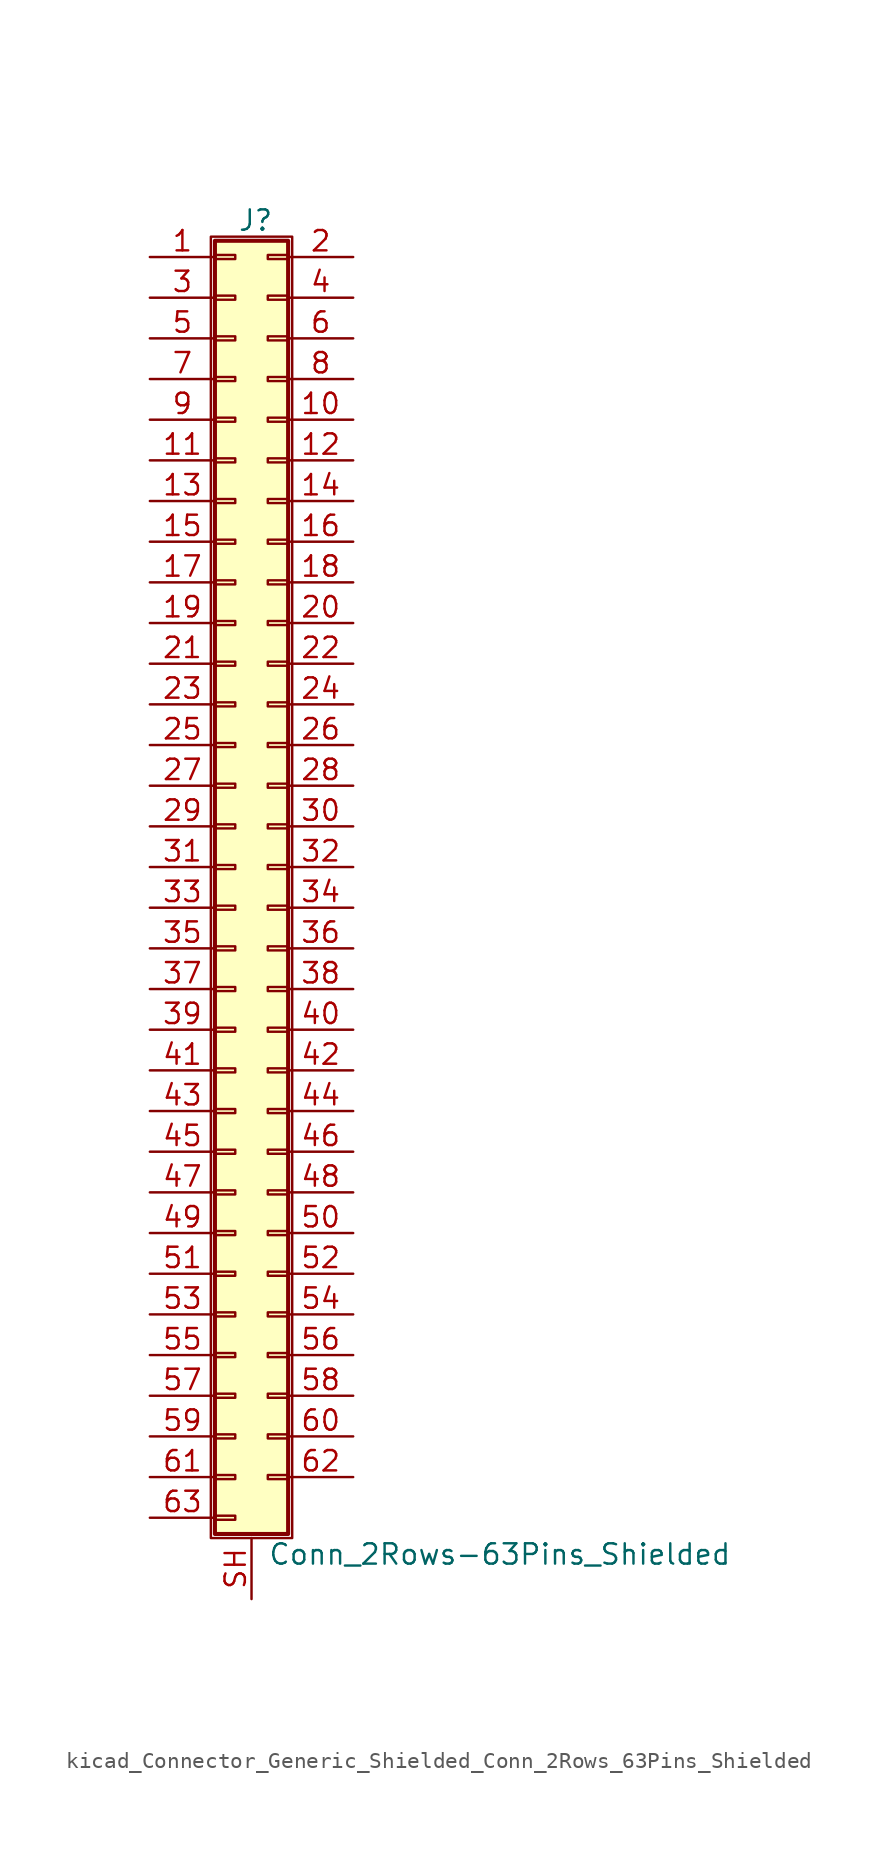
<source format=kicad_sym>
(kicad_symbol_lib
  (version 20220914)
  (generator kicad_symbol_editor)
  (symbol "kicad_Connector_Generic_Shielded_Conn_2Rows_63Pins_Shielded"
    (pin_names
      (offset 1.016) hide)
    (property "Reference" "J"
      (at 1.524 40.386 0)
      (effects (font (size 1.27 1.27))))
    (property "Value" "Conn_2Rows-63Pins_Shielded"
      (at 2.286 -42.926 0)
      (effects (font (size 1.27 1.27)) (justify left)))
    (symbol "kicad_Connector_Generic_Shielded_Conn_2Rows_63Pins_Shielded_1_1"
      (rectangle (start -1.27 39.37) (end 3.81 -41.91) (stroke (width 0.152) (type default)) (fill (type none)))
      (rectangle (start -1.016 -40.513) (end 0.254 -40.767) (stroke (width 0.152) (type default)) (fill (type none)))
      (rectangle (start -1.016 -37.973) (end 0.254 -38.227) (stroke (width 0.152) (type default)) (fill (type none)))
      (rectangle (start -1.016 -35.433) (end 0.254 -35.687) (stroke (width 0.152) (type default)) (fill (type none)))
      (rectangle (start -1.016 -32.893) (end 0.254 -33.147) (stroke (width 0.152) (type default)) (fill (type none)))
      (rectangle (start -1.016 -30.353) (end 0.254 -30.607) (stroke (width 0.152) (type default)) (fill (type none)))
      (rectangle (start -1.016 -27.813) (end 0.254 -28.067) (stroke (width 0.152) (type default)) (fill (type none)))
      (rectangle (start -1.016 -25.273) (end 0.254 -25.527) (stroke (width 0.152) (type default)) (fill (type none)))
      (rectangle (start -1.016 -22.733) (end 0.254 -22.987) (stroke (width 0.152) (type default)) (fill (type none)))
      (rectangle (start -1.016 -20.193) (end 0.254 -20.447) (stroke (width 0.152) (type default)) (fill (type none)))
      (rectangle (start -1.016 -17.653) (end 0.254 -17.907) (stroke (width 0.152) (type default)) (fill (type none)))
      (rectangle (start -1.016 -15.113) (end 0.254 -15.367) (stroke (width 0.152) (type default)) (fill (type none)))
      (rectangle (start -1.016 -12.573) (end 0.254 -12.827) (stroke (width 0.152) (type default)) (fill (type none)))
      (rectangle (start -1.016 -10.033) (end 0.254 -10.287) (stroke (width 0.152) (type default)) (fill (type none)))
      (rectangle (start -1.016 -7.493) (end 0.254 -7.747) (stroke (width 0.152) (type default)) (fill (type none)))
      (rectangle (start -1.016 -4.953) (end 0.254 -5.207) (stroke (width 0.152) (type default)) (fill (type none)))
      (rectangle (start -1.016 -2.413) (end 0.254 -2.667) (stroke (width 0.152) (type default)) (fill (type none)))
      (rectangle (start -1.016 0.127) (end 0.254 -0.127) (stroke (width 0.152) (type default)) (fill (type none)))
      (rectangle (start -1.016 2.667) (end 0.254 2.413) (stroke (width 0.152) (type default)) (fill (type none)))
      (rectangle (start -1.016 5.207) (end 0.254 4.953) (stroke (width 0.152) (type default)) (fill (type none)))
      (rectangle (start -1.016 7.747) (end 0.254 7.493) (stroke (width 0.152) (type default)) (fill (type none)))
      (rectangle (start -1.016 10.287) (end 0.254 10.033) (stroke (width 0.152) (type default)) (fill (type none)))
      (rectangle (start -1.016 12.827) (end 0.254 12.573) (stroke (width 0.152) (type default)) (fill (type none)))
      (rectangle (start -1.016 15.367) (end 0.254 15.113) (stroke (width 0.152) (type default)) (fill (type none)))
      (rectangle (start -1.016 17.907) (end 0.254 17.653) (stroke (width 0.152) (type default)) (fill (type none)))
      (rectangle (start -1.016 20.447) (end 0.254 20.193) (stroke (width 0.152) (type default)) (fill (type none)))
      (rectangle (start -1.016 22.987) (end 0.254 22.733) (stroke (width 0.152) (type default)) (fill (type none)))
      (rectangle (start -1.016 25.527) (end 0.254 25.273) (stroke (width 0.152) (type default)) (fill (type none)))
      (rectangle (start -1.016 28.067) (end 0.254 27.813) (stroke (width 0.152) (type default)) (fill (type none)))
      (rectangle (start -1.016 30.607) (end 0.254 30.353) (stroke (width 0.152) (type default)) (fill (type none)))
      (rectangle (start -1.016 33.147) (end 0.254 32.893) (stroke (width 0.152) (type default)) (fill (type none)))
      (rectangle (start -1.016 35.687) (end 0.254 35.433) (stroke (width 0.152) (type default)) (fill (type none)))
      (rectangle (start -1.016 38.227) (end 0.254 37.973) (stroke (width 0.152) (type default)) (fill (type none)))
      (rectangle (start -1.016 39.116) (end 3.556 -41.656) (stroke (width 0.254) (type default)) (fill (type background)))
      (rectangle (start 3.556 -37.973) (end 2.286 -38.227) (stroke (width 0.152) (type default)) (fill (type none)))
      (rectangle (start 3.556 -35.433) (end 2.286 -35.687) (stroke (width 0.152) (type default)) (fill (type none)))
      (rectangle (start 3.556 -32.893) (end 2.286 -33.147) (stroke (width 0.152) (type default)) (fill (type none)))
      (rectangle (start 3.556 -30.353) (end 2.286 -30.607) (stroke (width 0.152) (type default)) (fill (type none)))
      (rectangle (start 3.556 -27.813) (end 2.286 -28.067) (stroke (width 0.152) (type default)) (fill (type none)))
      (rectangle (start 3.556 -25.273) (end 2.286 -25.527) (stroke (width 0.152) (type default)) (fill (type none)))
      (rectangle (start 3.556 -22.733) (end 2.286 -22.987) (stroke (width 0.152) (type default)) (fill (type none)))
      (rectangle (start 3.556 -20.193) (end 2.286 -20.447) (stroke (width 0.152) (type default)) (fill (type none)))
      (rectangle (start 3.556 -17.653) (end 2.286 -17.907) (stroke (width 0.152) (type default)) (fill (type none)))
      (rectangle (start 3.556 -15.113) (end 2.286 -15.367) (stroke (width 0.152) (type default)) (fill (type none)))
      (rectangle (start 3.556 -12.573) (end 2.286 -12.827) (stroke (width 0.152) (type default)) (fill (type none)))
      (rectangle (start 3.556 -10.033) (end 2.286 -10.287) (stroke (width 0.152) (type default)) (fill (type none)))
      (rectangle (start 3.556 -7.493) (end 2.286 -7.747) (stroke (width 0.152) (type default)) (fill (type none)))
      (rectangle (start 3.556 -4.953) (end 2.286 -5.207) (stroke (width 0.152) (type default)) (fill (type none)))
      (rectangle (start 3.556 -2.413) (end 2.286 -2.667) (stroke (width 0.152) (type default)) (fill (type none)))
      (rectangle (start 3.556 0.127) (end 2.286 -0.127) (stroke (width 0.152) (type default)) (fill (type none)))
      (rectangle (start 3.556 2.667) (end 2.286 2.413) (stroke (width 0.152) (type default)) (fill (type none)))
      (rectangle (start 3.556 5.207) (end 2.286 4.953) (stroke (width 0.152) (type default)) (fill (type none)))
      (rectangle (start 3.556 7.747) (end 2.286 7.493) (stroke (width 0.152) (type default)) (fill (type none)))
      (rectangle (start 3.556 10.287) (end 2.286 10.033) (stroke (width 0.152) (type default)) (fill (type none)))
      (rectangle (start 3.556 12.827) (end 2.286 12.573) (stroke (width 0.152) (type default)) (fill (type none)))
      (rectangle (start 3.556 15.367) (end 2.286 15.113) (stroke (width 0.152) (type default)) (fill (type none)))
      (rectangle (start 3.556 17.907) (end 2.286 17.653) (stroke (width 0.152) (type default)) (fill (type none)))
      (rectangle (start 3.556 20.447) (end 2.286 20.193) (stroke (width 0.152) (type default)) (fill (type none)))
      (rectangle (start 3.556 22.987) (end 2.286 22.733) (stroke (width 0.152) (type default)) (fill (type none)))
      (rectangle (start 3.556 25.527) (end 2.286 25.273) (stroke (width 0.152) (type default)) (fill (type none)))
      (rectangle (start 3.556 28.067) (end 2.286 27.813) (stroke (width 0.152) (type default)) (fill (type none)))
      (rectangle (start 3.556 30.607) (end 2.286 30.353) (stroke (width 0.152) (type default)) (fill (type none)))
      (rectangle (start 3.556 33.147) (end 2.286 32.893) (stroke (width 0.152) (type default)) (fill (type none)))
      (rectangle (start 3.556 35.687) (end 2.286 35.433) (stroke (width 0.152) (type default)) (fill (type none)))
      (rectangle (start 3.556 38.227) (end 2.286 37.973) (stroke (width 0.152) (type default)) (fill (type none)))
      (pin passive line (at -5.08 38.1 0) (length 4.064) (name "Pin_1" (effects (font (size 1.27 1.27)))) (number "1" (effects (font (size 1.27 1.27)))))
      (pin passive line (at 7.62 27.94 180) (length 4.064) (name "Pin_10" (effects (font (size 1.27 1.27)))) (number "10" (effects (font (size 1.27 1.27)))))
      (pin passive line (at -5.08 25.4 0) (length 4.064) (name "Pin_11" (effects (font (size 1.27 1.27)))) (number "11" (effects (font (size 1.27 1.27)))))
      (pin passive line (at 7.62 25.4 180) (length 4.064) (name "Pin_12" (effects (font (size 1.27 1.27)))) (number "12" (effects (font (size 1.27 1.27)))))
      (pin passive line (at -5.08 22.86 0) (length 4.064) (name "Pin_13" (effects (font (size 1.27 1.27)))) (number "13" (effects (font (size 1.27 1.27)))))
      (pin passive line (at 7.62 22.86 180) (length 4.064) (name "Pin_14" (effects (font (size 1.27 1.27)))) (number "14" (effects (font (size 1.27 1.27)))))
      (pin passive line (at -5.08 20.32 0) (length 4.064) (name "Pin_15" (effects (font (size 1.27 1.27)))) (number "15" (effects (font (size 1.27 1.27)))))
      (pin passive line (at 7.62 20.32 180) (length 4.064) (name "Pin_16" (effects (font (size 1.27 1.27)))) (number "16" (effects (font (size 1.27 1.27)))))
      (pin passive line (at -5.08 17.78 0) (length 4.064) (name "Pin_17" (effects (font (size 1.27 1.27)))) (number "17" (effects (font (size 1.27 1.27)))))
      (pin passive line (at 7.62 17.78 180) (length 4.064) (name "Pin_18" (effects (font (size 1.27 1.27)))) (number "18" (effects (font (size 1.27 1.27)))))
      (pin passive line (at -5.08 15.24 0) (length 4.064) (name "Pin_19" (effects (font (size 1.27 1.27)))) (number "19" (effects (font (size 1.27 1.27)))))
      (pin passive line (at 7.62 38.1 180) (length 4.064) (name "Pin_2" (effects (font (size 1.27 1.27)))) (number "2" (effects (font (size 1.27 1.27)))))
      (pin passive line (at 7.62 15.24 180) (length 4.064) (name "Pin_20" (effects (font (size 1.27 1.27)))) (number "20" (effects (font (size 1.27 1.27)))))
      (pin passive line (at -5.08 12.7 0) (length 4.064) (name "Pin_21" (effects (font (size 1.27 1.27)))) (number "21" (effects (font (size 1.27 1.27)))))
      (pin passive line (at 7.62 12.7 180) (length 4.064) (name "Pin_22" (effects (font (size 1.27 1.27)))) (number "22" (effects (font (size 1.27 1.27)))))
      (pin passive line (at -5.08 10.16 0) (length 4.064) (name "Pin_23" (effects (font (size 1.27 1.27)))) (number "23" (effects (font (size 1.27 1.27)))))
      (pin passive line (at 7.62 10.16 180) (length 4.064) (name "Pin_24" (effects (font (size 1.27 1.27)))) (number "24" (effects (font (size 1.27 1.27)))))
      (pin passive line (at -5.08 7.62 0) (length 4.064) (name "Pin_25" (effects (font (size 1.27 1.27)))) (number "25" (effects (font (size 1.27 1.27)))))
      (pin passive line (at 7.62 7.62 180) (length 4.064) (name "Pin_26" (effects (font (size 1.27 1.27)))) (number "26" (effects (font (size 1.27 1.27)))))
      (pin passive line (at -5.08 5.08 0) (length 4.064) (name "Pin_27" (effects (font (size 1.27 1.27)))) (number "27" (effects (font (size 1.27 1.27)))))
      (pin passive line (at 7.62 5.08 180) (length 4.064) (name "Pin_28" (effects (font (size 1.27 1.27)))) (number "28" (effects (font (size 1.27 1.27)))))
      (pin passive line (at -5.08 2.54 0) (length 4.064) (name "Pin_29" (effects (font (size 1.27 1.27)))) (number "29" (effects (font (size 1.27 1.27)))))
      (pin passive line (at -5.08 35.56 0) (length 4.064) (name "Pin_3" (effects (font (size 1.27 1.27)))) (number "3" (effects (font (size 1.27 1.27)))))
      (pin passive line (at 7.62 2.54 180) (length 4.064) (name "Pin_30" (effects (font (size 1.27 1.27)))) (number "30" (effects (font (size 1.27 1.27)))))
      (pin passive line (at -5.08 0 0) (length 4.064) (name "Pin_31" (effects (font (size 1.27 1.27)))) (number "31" (effects (font (size 1.27 1.27)))))
      (pin passive line (at 7.62 0 180) (length 4.064) (name "Pin_32" (effects (font (size 1.27 1.27)))) (number "32" (effects (font (size 1.27 1.27)))))
      (pin passive line (at -5.08 -2.54 0) (length 4.064) (name "Pin_33" (effects (font (size 1.27 1.27)))) (number "33" (effects (font (size 1.27 1.27)))))
      (pin passive line (at 7.62 -2.54 180) (length 4.064) (name "Pin_34" (effects (font (size 1.27 1.27)))) (number "34" (effects (font (size 1.27 1.27)))))
      (pin passive line (at -5.08 -5.08 0) (length 4.064) (name "Pin_35" (effects (font (size 1.27 1.27)))) (number "35" (effects (font (size 1.27 1.27)))))
      (pin passive line (at 7.62 -5.08 180) (length 4.064) (name "Pin_36" (effects (font (size 1.27 1.27)))) (number "36" (effects (font (size 1.27 1.27)))))
      (pin passive line (at -5.08 -7.62 0) (length 4.064) (name "Pin_37" (effects (font (size 1.27 1.27)))) (number "37" (effects (font (size 1.27 1.27)))))
      (pin passive line (at 7.62 -7.62 180) (length 4.064) (name "Pin_38" (effects (font (size 1.27 1.27)))) (number "38" (effects (font (size 1.27 1.27)))))
      (pin passive line (at -5.08 -10.16 0) (length 4.064) (name "Pin_39" (effects (font (size 1.27 1.27)))) (number "39" (effects (font (size 1.27 1.27)))))
      (pin passive line (at 7.62 35.56 180) (length 4.064) (name "Pin_4" (effects (font (size 1.27 1.27)))) (number "4" (effects (font (size 1.27 1.27)))))
      (pin passive line (at 7.62 -10.16 180) (length 4.064) (name "Pin_40" (effects (font (size 1.27 1.27)))) (number "40" (effects (font (size 1.27 1.27)))))
      (pin passive line (at -5.08 -12.7 0) (length 4.064) (name "Pin_41" (effects (font (size 1.27 1.27)))) (number "41" (effects (font (size 1.27 1.27)))))
      (pin passive line (at 7.62 -12.7 180) (length 4.064) (name "Pin_42" (effects (font (size 1.27 1.27)))) (number "42" (effects (font (size 1.27 1.27)))))
      (pin passive line (at -5.08 -15.24 0) (length 4.064) (name "Pin_43" (effects (font (size 1.27 1.27)))) (number "43" (effects (font (size 1.27 1.27)))))
      (pin passive line (at 7.62 -15.24 180) (length 4.064) (name "Pin_44" (effects (font (size 1.27 1.27)))) (number "44" (effects (font (size 1.27 1.27)))))
      (pin passive line (at -5.08 -17.78 0) (length 4.064) (name "Pin_45" (effects (font (size 1.27 1.27)))) (number "45" (effects (font (size 1.27 1.27)))))
      (pin passive line (at 7.62 -17.78 180) (length 4.064) (name "Pin_46" (effects (font (size 1.27 1.27)))) (number "46" (effects (font (size 1.27 1.27)))))
      (pin passive line (at -5.08 -20.32 0) (length 4.064) (name "Pin_47" (effects (font (size 1.27 1.27)))) (number "47" (effects (font (size 1.27 1.27)))))
      (pin passive line (at 7.62 -20.32 180) (length 4.064) (name "Pin_48" (effects (font (size 1.27 1.27)))) (number "48" (effects (font (size 1.27 1.27)))))
      (pin passive line (at -5.08 -22.86 0) (length 4.064) (name "Pin_49" (effects (font (size 1.27 1.27)))) (number "49" (effects (font (size 1.27 1.27)))))
      (pin passive line (at -5.08 33.02 0) (length 4.064) (name "Pin_5" (effects (font (size 1.27 1.27)))) (number "5" (effects (font (size 1.27 1.27)))))
      (pin passive line (at 7.62 -22.86 180) (length 4.064) (name "Pin_50" (effects (font (size 1.27 1.27)))) (number "50" (effects (font (size 1.27 1.27)))))
      (pin passive line (at -5.08 -25.4 0) (length 4.064) (name "Pin_51" (effects (font (size 1.27 1.27)))) (number "51" (effects (font (size 1.27 1.27)))))
      (pin passive line (at 7.62 -25.4 180) (length 4.064) (name "Pin_52" (effects (font (size 1.27 1.27)))) (number "52" (effects (font (size 1.27 1.27)))))
      (pin passive line (at -5.08 -27.94 0) (length 4.064) (name "Pin_53" (effects (font (size 1.27 1.27)))) (number "53" (effects (font (size 1.27 1.27)))))
      (pin passive line (at 7.62 -27.94 180) (length 4.064) (name "Pin_54" (effects (font (size 1.27 1.27)))) (number "54" (effects (font (size 1.27 1.27)))))
      (pin passive line (at -5.08 -30.48 0) (length 4.064) (name "Pin_55" (effects (font (size 1.27 1.27)))) (number "55" (effects (font (size 1.27 1.27)))))
      (pin passive line (at 7.62 -30.48 180) (length 4.064) (name "Pin_56" (effects (font (size 1.27 1.27)))) (number "56" (effects (font (size 1.27 1.27)))))
      (pin passive line (at -5.08 -33.02 0) (length 4.064) (name "Pin_57" (effects (font (size 1.27 1.27)))) (number "57" (effects (font (size 1.27 1.27)))))
      (pin passive line (at 7.62 -33.02 180) (length 4.064) (name "Pin_58" (effects (font (size 1.27 1.27)))) (number "58" (effects (font (size 1.27 1.27)))))
      (pin passive line (at -5.08 -35.56 0) (length 4.064) (name "Pin_59" (effects (font (size 1.27 1.27)))) (number "59" (effects (font (size 1.27 1.27)))))
      (pin passive line (at 7.62 33.02 180) (length 4.064) (name "Pin_6" (effects (font (size 1.27 1.27)))) (number "6" (effects (font (size 1.27 1.27)))))
      (pin passive line (at 7.62 -35.56 180) (length 4.064) (name "Pin_60" (effects (font (size 1.27 1.27)))) (number "60" (effects (font (size 1.27 1.27)))))
      (pin passive line (at -5.08 -38.1 0) (length 4.064) (name "Pin_61" (effects (font (size 1.27 1.27)))) (number "61" (effects (font (size 1.27 1.27)))))
      (pin passive line (at 7.62 -38.1 180) (length 4.064) (name "Pin_62" (effects (font (size 1.27 1.27)))) (number "62" (effects (font (size 1.27 1.27)))))
      (pin passive line (at -5.08 -40.64 0) (length 4.064) (name "Pin_63" (effects (font (size 1.27 1.27)))) (number "63" (effects (font (size 1.27 1.27)))))
      (pin passive line (at -5.08 30.48 0) (length 4.064) (name "Pin_7" (effects (font (size 1.27 1.27)))) (number "7" (effects (font (size 1.27 1.27)))))
      (pin passive line (at 7.62 30.48 180) (length 4.064) (name "Pin_8" (effects (font (size 1.27 1.27)))) (number "8" (effects (font (size 1.27 1.27)))))
      (pin passive line (at -5.08 27.94 0) (length 4.064) (name "Pin_9" (effects (font (size 1.27 1.27)))) (number "9" (effects (font (size 1.27 1.27)))))
      (pin passive line (at 1.27 -45.72 90) (length 3.81) (name "Shield" (effects (font (size 1.27 1.27)))) (number "SH" (effects (font (size 1.27 1.27))))))))
</source>
